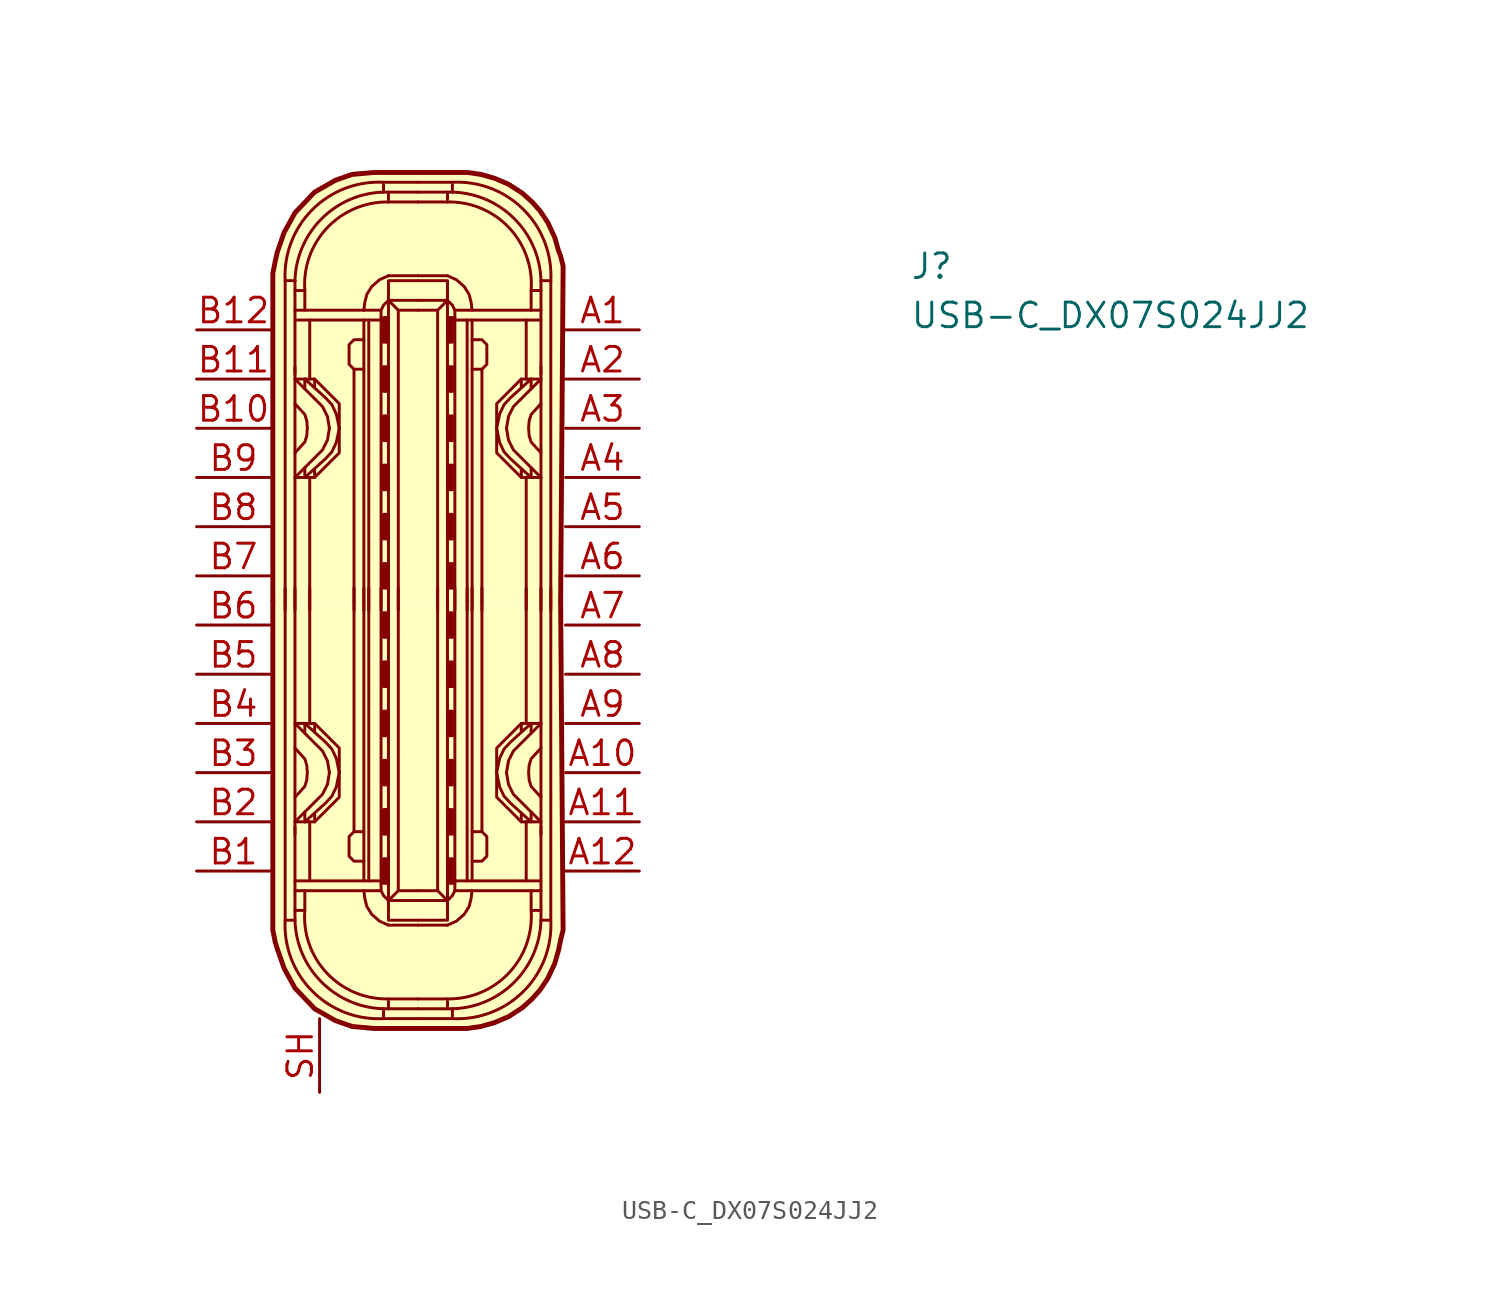
<source format=kicad_sym>
(kicad_symbol_lib
  (version 20211014)
  (generator kicad_symbol_editor)
  (symbol "antmicroUSBDVIHDMIConnectors:USB-C_DX07S024JJ2"
    (property "Reference" "J"
      (at 36.83 2.54 0)
      (effects (font (size 1.27 1.27) (thickness 0.15)) (justify left bottom)))
    (property "Value" "USB-C_DX07S024JJ2"
      (at 36.83 0 0)
      (effects (font (size 1.27 1.27) (thickness 0.15)) (justify left bottom)))
    (symbol "USB-C_DX07S024JJ2_1_1"
      (polyline (pts (xy 4.572 -14.478) (xy 4.572 -13.335)) (stroke (width 0) (type default) (color 0 0 0 0)) (fill (type none)))
      (polyline (pts (xy 5.08 -28.956) (xy 9.525 -28.956)) (stroke (width 0) (type default) (color 0 0 0 0)) (fill (type none)))
      (polyline (pts (xy 5.08 -26.035) (xy 5.08 -13.97)) (stroke (width 0) (type default) (color 0 0 0 0)) (fill (type none)))
      (polyline (pts (xy 5.08 -14.478) (xy 5.08 -13.335)) (stroke (width 0) (type default) (color 0 0 0 0)) (fill (type none)))
      (polyline (pts (xy 5.08 -1.905) (xy 5.08 -13.97)) (stroke (width 0) (type default) (color 0 0 0 0)) (fill (type none)))
      (polyline (pts (xy 5.08 1.016) (xy 9.525 1.016)) (stroke (width 0) (type default) (color 0 0 0 0)) (fill (type none)))
      (polyline (pts (xy 5.588 -25.4) (xy 5.588 -24.892)) (stroke (width 0) (type default) (color 0 0 0 0)) (fill (type none)))
      (polyline (pts (xy 5.588 -20.32) (xy 5.588 -20.828)) (stroke (width 0) (type default) (color 0 0 0 0)) (fill (type none)))
      (polyline (pts (xy 5.588 -7.62) (xy 5.588 -7.112)) (stroke (width 0) (type default) (color 0 0 0 0)) (fill (type none)))
      (polyline (pts (xy 5.588 -2.54) (xy 5.588 -3.048)) (stroke (width 0) (type default) (color 0 0 0 0)) (fill (type none)))
      (polyline (pts (xy 5.842 -28.448) (xy 5.842 -25.4)) (stroke (width 0) (type default) (color 0 0 0 0)) (fill (type none)))
      (polyline (pts (xy 5.842 -20.32) (xy 5.842 -13.97)) (stroke (width 0) (type default) (color 0 0 0 0)) (fill (type none)))
      (polyline (pts (xy 5.842 -14.478) (xy 5.842 -13.335)) (stroke (width 0) (type default) (color 0 0 0 0)) (fill (type none)))
      (polyline (pts (xy 5.842 -7.62) (xy 5.842 -13.97)) (stroke (width 0) (type default) (color 0 0 0 0)) (fill (type none)))
      (polyline (pts (xy 5.842 0.508) (xy 5.842 -2.54)) (stroke (width 0) (type default) (color 0 0 0 0)) (fill (type none)))
      (polyline (pts (xy 6.096 -25.4) (xy 6.096 -25.019)) (stroke (width 0) (type default) (color 0 0 0 0)) (fill (type none)))
      (polyline (pts (xy 6.096 -20.574) (xy 6.096 -20.701)) (stroke (width 0) (type default) (color 0 0 0 0)) (fill (type none)))
      (polyline (pts (xy 6.096 -20.32) (xy 6.096 -20.574)) (stroke (width 0) (type default) (color 0 0 0 0)) (fill (type none)))
      (polyline (pts (xy 6.096 -7.62) (xy 6.096 -7.366)) (stroke (width 0) (type default) (color 0 0 0 0)) (fill (type none)))
      (polyline (pts (xy 6.096 -7.366) (xy 6.096 -7.239)) (stroke (width 0) (type default) (color 0 0 0 0)) (fill (type none)))
      (polyline (pts (xy 6.096 -2.54) (xy 6.096 -2.921)) (stroke (width 0) (type default) (color 0 0 0 0)) (fill (type none)))
      (polyline (pts (xy 8.128 -14.478) (xy 8.128 -13.335)) (stroke (width 0) (type default) (color 0 0 0 0)) (fill (type none)))
      (polyline (pts (xy 8.128 -13.97) (xy 8.128 -25.908)) (stroke (width 0) (type default) (color 0 0 0 0)) (fill (type none)))
      (polyline (pts (xy 8.128 -13.97) (xy 8.128 -2.032)) (stroke (width 0) (type default) (color 0 0 0 0)) (fill (type none)))
      (polyline (pts (xy 8.636 -14.478) (xy 8.636 -13.335)) (stroke (width 0) (type default) (color 0 0 0 0)) (fill (type none)))
      (polyline (pts (xy 8.636 -13.97) (xy 8.636 -28.448)) (stroke (width 0) (type default) (color 0 0 0 0)) (fill (type none)))
      (polyline (pts (xy 8.636 -13.97) (xy 8.636 0.508)) (stroke (width 0) (type default) (color 0 0 0 0)) (fill (type none)))
      (polyline (pts (xy 8.89 -28.448) (xy 8.89 -13.97)) (stroke (width 0) (type default) (color 0 0 0 0)) (fill (type none)))
      (polyline (pts (xy 8.89 -14.478) (xy 8.89 -13.335)) (stroke (width 0) (type default) (color 0 0 0 0)) (fill (type none)))
      (polyline (pts (xy 8.89 0.508) (xy 8.89 -13.97)) (stroke (width 0) (type default) (color 0 0 0 0)) (fill (type none)))
      (polyline (pts (xy 9.525 -28.448) (xy 5.08 -28.448)) (stroke (width 0) (type default) (color 0 0 0 0)) (fill (type none)))
      (polyline (pts (xy 9.525 -14.478) (xy 9.525 -13.335)) (stroke (width 0) (type default) (color 0 0 0 0)) (fill (type none)))
      (polyline (pts (xy 9.525 -13.97) (xy 9.525 -28.575)) (stroke (width 0) (type default) (color 0 0 0 0)) (fill (type none)))
      (polyline (pts (xy 9.525 -13.97) (xy 9.525 0.635)) (stroke (width 0) (type default) (color 0 0 0 0)) (fill (type none)))
      (polyline (pts (xy 9.525 0.508) (xy 5.08 0.508)) (stroke (width 0) (type default) (color 0 0 0 0)) (fill (type none)))
      (polyline (pts (xy 9.652 -35.56) (xy 11.43 -35.56)) (stroke (width 0) (type default) (color 0 0 0 0)) (fill (type background)))
      (polyline (pts (xy 9.652 -35.052) (xy 9.652 -35.433)) (stroke (width 0) (type default) (color 0 0 0 0)) (fill (type none)))
      (polyline (pts (xy 9.652 -35.052) (xy 11.43 -35.052)) (stroke (width 0) (type default) (color 0 0 0 0)) (fill (type none)))
      (polyline (pts (xy 9.652 7.112) (xy 9.652 7.493)) (stroke (width 0) (type default) (color 0 0 0 0)) (fill (type none)))
      (polyline (pts (xy 9.652 7.112) (xy 11.43 7.112)) (stroke (width 0) (type default) (color 0 0 0 0)) (fill (type none)))
      (polyline (pts (xy 9.652 7.62) (xy 11.43 7.62)) (stroke (width 0) (type default) (color 0 0 0 0)) (fill (type background)))
      (polyline (pts (xy 9.906 -34.671) (xy 9.906 -35.052)) (stroke (width 0) (type default) (color 0 0 0 0)) (fill (type none)))
      (polyline (pts (xy 9.906 -34.544) (xy 11.43 -34.544)) (stroke (width 0) (type default) (color 0 0 0 0)) (fill (type none)))
      (polyline (pts (xy 9.906 -14.478) (xy 9.906 -13.335)) (stroke (width 0) (type default) (color 0 0 0 0)) (fill (type none)))
      (polyline (pts (xy 9.906 6.604) (xy 11.43 6.604)) (stroke (width 0) (type default) (color 0 0 0 0)) (fill (type none)))
      (polyline (pts (xy 9.906 6.731) (xy 9.906 7.112)) (stroke (width 0) (type default) (color 0 0 0 0)) (fill (type none)))
      (polyline (pts (xy 10.414 -28.956) (xy 9.906 -29.464)) (stroke (width 0) (type default) (color 0 0 0 0)) (fill (type none)))
      (polyline (pts (xy 10.414 -14.478) (xy 10.414 -13.335)) (stroke (width 0) (type default) (color 0 0 0 0)) (fill (type none)))
      (polyline (pts (xy 10.414 1.016) (xy 9.906 1.524)) (stroke (width 0) (type default) (color 0 0 0 0)) (fill (type none)))
      (polyline (pts (xy 11.43 -30.734) (xy 9.906 -30.734)) (stroke (width 0) (type default) (color 0 0 0 0)) (fill (type none)))
      (polyline (pts (xy 11.43 -30.734) (xy 12.954 -30.734)) (stroke (width 0) (type default) (color 0 0 0 0)) (fill (type none)))
      (polyline (pts (xy 11.43 2.794) (xy 9.906 2.794)) (stroke (width 0) (type default) (color 0 0 0 0)) (fill (type none)))
      (polyline (pts (xy 11.43 2.794) (xy 12.954 2.794)) (stroke (width 0) (type default) (color 0 0 0 0)) (fill (type none)))
      (polyline (pts (xy 12.446 -28.956) (xy 12.954 -29.464)) (stroke (width 0) (type default) (color 0 0 0 0)) (fill (type none)))
      (polyline (pts (xy 12.446 -14.478) (xy 12.446 -13.335)) (stroke (width 0) (type default) (color 0 0 0 0)) (fill (type none)))
      (polyline (pts (xy 12.446 1.016) (xy 12.954 1.524)) (stroke (width 0) (type default) (color 0 0 0 0)) (fill (type none)))
      (polyline (pts (xy 12.954 -34.671) (xy 12.954 -35.052)) (stroke (width 0) (type default) (color 0 0 0 0)) (fill (type none)))
      (polyline (pts (xy 12.954 -34.544) (xy 11.43 -34.544)) (stroke (width 0) (type default) (color 0 0 0 0)) (fill (type none)))
      (polyline (pts (xy 12.954 -14.478) (xy 12.954 -13.335)) (stroke (width 0) (type default) (color 0 0 0 0)) (fill (type none)))
      (polyline (pts (xy 12.954 6.604) (xy 11.43 6.604)) (stroke (width 0) (type default) (color 0 0 0 0)) (fill (type none)))
      (polyline (pts (xy 12.954 6.731) (xy 12.954 7.112)) (stroke (width 0) (type default) (color 0 0 0 0)) (fill (type none)))
      (polyline (pts (xy 13.208 -35.56) (xy 11.43 -35.56)) (stroke (width 0) (type default) (color 0 0 0 0)) (fill (type background)))
      (polyline (pts (xy 13.208 -35.052) (xy 11.43 -35.052)) (stroke (width 0) (type default) (color 0 0 0 0)) (fill (type none)))
      (polyline (pts (xy 13.208 -35.052) (xy 13.208 -35.433)) (stroke (width 0) (type default) (color 0 0 0 0)) (fill (type none)))
      (polyline (pts (xy 13.208 7.112) (xy 11.43 7.112)) (stroke (width 0) (type default) (color 0 0 0 0)) (fill (type none)))
      (polyline (pts (xy 13.208 7.112) (xy 13.208 7.493)) (stroke (width 0) (type default) (color 0 0 0 0)) (fill (type none)))
      (polyline (pts (xy 13.208 7.62) (xy 11.43 7.62)) (stroke (width 0) (type default) (color 0 0 0 0)) (fill (type background)))
      (polyline (pts (xy 13.335 -28.448) (xy 17.78 -28.448)) (stroke (width 0) (type default) (color 0 0 0 0)) (fill (type none)))
      (polyline (pts (xy 13.335 -14.478) (xy 13.335 -13.335)) (stroke (width 0) (type default) (color 0 0 0 0)) (fill (type none)))
      (polyline (pts (xy 13.335 -13.97) (xy 13.335 -28.575)) (stroke (width 0) (type default) (color 0 0 0 0)) (fill (type none)))
      (polyline (pts (xy 13.335 -13.97) (xy 13.335 0.635)) (stroke (width 0) (type default) (color 0 0 0 0)) (fill (type none)))
      (polyline (pts (xy 13.335 0.508) (xy 17.78 0.508)) (stroke (width 0) (type default) (color 0 0 0 0)) (fill (type none)))
      (polyline (pts (xy 13.97 -28.448) (xy 13.97 -13.97)) (stroke (width 0) (type default) (color 0 0 0 0)) (fill (type none)))
      (polyline (pts (xy 13.97 -14.478) (xy 13.97 -13.335)) (stroke (width 0) (type default) (color 0 0 0 0)) (fill (type none)))
      (polyline (pts (xy 13.97 0.508) (xy 13.97 -13.97)) (stroke (width 0) (type default) (color 0 0 0 0)) (fill (type none)))
      (polyline (pts (xy 14.224 -14.478) (xy 14.224 -13.335)) (stroke (width 0) (type default) (color 0 0 0 0)) (fill (type none)))
      (polyline (pts (xy 14.224 -13.97) (xy 14.224 -28.448)) (stroke (width 0) (type default) (color 0 0 0 0)) (fill (type none)))
      (polyline (pts (xy 14.224 -13.97) (xy 14.224 0.508)) (stroke (width 0) (type default) (color 0 0 0 0)) (fill (type none)))
      (polyline (pts (xy 14.732 -14.478) (xy 14.732 -13.335)) (stroke (width 0) (type default) (color 0 0 0 0)) (fill (type none)))
      (polyline (pts (xy 14.732 -13.97) (xy 14.732 -25.908)) (stroke (width 0) (type default) (color 0 0 0 0)) (fill (type none)))
      (polyline (pts (xy 14.732 -13.97) (xy 14.732 -2.032)) (stroke (width 0) (type default) (color 0 0 0 0)) (fill (type none)))
      (polyline (pts (xy 16.764 -25.4) (xy 16.764 -25.019)) (stroke (width 0) (type default) (color 0 0 0 0)) (fill (type none)))
      (polyline (pts (xy 16.764 -20.574) (xy 16.764 -20.701)) (stroke (width 0) (type default) (color 0 0 0 0)) (fill (type none)))
      (polyline (pts (xy 16.764 -20.32) (xy 16.764 -20.574)) (stroke (width 0) (type default) (color 0 0 0 0)) (fill (type none)))
      (polyline (pts (xy 16.764 -7.62) (xy 16.764 -7.366)) (stroke (width 0) (type default) (color 0 0 0 0)) (fill (type none)))
      (polyline (pts (xy 16.764 -7.366) (xy 16.764 -7.239)) (stroke (width 0) (type default) (color 0 0 0 0)) (fill (type none)))
      (polyline (pts (xy 16.764 -2.54) (xy 16.764 -2.921)) (stroke (width 0) (type default) (color 0 0 0 0)) (fill (type none)))
      (polyline (pts (xy 17.018 -28.448) (xy 17.018 -25.4)) (stroke (width 0) (type default) (color 0 0 0 0)) (fill (type none)))
      (polyline (pts (xy 17.018 -20.32) (xy 17.018 -13.97)) (stroke (width 0) (type default) (color 0 0 0 0)) (fill (type none)))
      (polyline (pts (xy 17.018 -14.478) (xy 17.018 -13.335)) (stroke (width 0) (type default) (color 0 0 0 0)) (fill (type none)))
      (polyline (pts (xy 17.018 -7.62) (xy 17.018 -13.97)) (stroke (width 0) (type default) (color 0 0 0 0)) (fill (type none)))
      (polyline (pts (xy 17.018 0.508) (xy 17.018 -2.54)) (stroke (width 0) (type default) (color 0 0 0 0)) (fill (type none)))
      (polyline (pts (xy 17.272 -25.4) (xy 17.272 -24.892)) (stroke (width 0) (type default) (color 0 0 0 0)) (fill (type none)))
      (polyline (pts (xy 17.272 -20.32) (xy 17.272 -20.828)) (stroke (width 0) (type default) (color 0 0 0 0)) (fill (type none)))
      (polyline (pts (xy 17.272 -7.62) (xy 17.272 -7.112)) (stroke (width 0) (type default) (color 0 0 0 0)) (fill (type none)))
      (polyline (pts (xy 17.272 -2.54) (xy 17.272 -3.048)) (stroke (width 0) (type default) (color 0 0 0 0)) (fill (type none)))
      (polyline (pts (xy 17.78 -28.956) (xy 13.335 -28.956)) (stroke (width 0) (type default) (color 0 0 0 0)) (fill (type none)))
      (polyline (pts (xy 17.78 -26.035) (xy 17.78 -13.97)) (stroke (width 0) (type default) (color 0 0 0 0)) (fill (type none)))
      (polyline (pts (xy 17.78 -14.478) (xy 17.78 -13.335)) (stroke (width 0) (type default) (color 0 0 0 0)) (fill (type none)))
      (polyline (pts (xy 17.78 -1.905) (xy 17.78 -13.97)) (stroke (width 0) (type default) (color 0 0 0 0)) (fill (type none)))
      (polyline (pts (xy 17.78 1.016) (xy 13.335 1.016)) (stroke (width 0) (type default) (color 0 0 0 0)) (fill (type none)))
      (polyline (pts (xy 18.288 -14.478) (xy 18.288 -13.335)) (stroke (width 0) (type default) (color 0 0 0 0)) (fill (type none)))
      (polyline (pts (xy 18.796 -14.478) (xy 18.796 -13.335)) (stroke (width 0) (type default) (color 0 0 0 0)) (fill (type none)))
      (polyline (pts (xy 5.08 -30.48) (xy 4.572 -30.48) (xy 4.572 -13.97)) (stroke (width 0) (type default) (color 0 0 0 0)) (fill (type none)))
      (polyline (pts (xy 5.08 -25.654) (xy 5.08 -29.845) (xy 5.08 -30.48)) (stroke (width 0) (type default) (color 0 0 0 0)) (fill (type none)))
      (polyline (pts (xy 5.08 -2.286) (xy 5.08 1.905) (xy 5.08 2.54)) (stroke (width 0) (type default) (color 0 0 0 0)) (fill (type none)))
      (polyline (pts (xy 5.08 2.54) (xy 4.572 2.54) (xy 4.572 -13.97)) (stroke (width 0) (type default) (color 0 0 0 0)) (fill (type none)))
      (polyline (pts (xy 5.588 -28.956) (xy 5.588 -29.972) (xy 5.08 -29.972)) (stroke (width 0) (type default) (color 0 0 0 0)) (fill (type none)))
      (polyline (pts (xy 5.588 1.016) (xy 5.588 2.032) (xy 5.08 2.032)) (stroke (width 0) (type default) (color 0 0 0 0)) (fill (type none)))
      (polyline (pts (xy 9.906 -13.97) (xy 9.906 -29.464) (xy 11.43 -29.464)) (stroke (width 0) (type default) (color 0 0 0 0)) (fill (type none)))
      (polyline (pts (xy 9.906 -13.97) (xy 9.906 1.524) (xy 11.43 1.524)) (stroke (width 0) (type default) (color 0 0 0 0)) (fill (type none)))
      (polyline (pts (xy 10.414 -13.97) (xy 10.414 -28.956) (xy 11.43 -28.956)) (stroke (width 0) (type default) (color 0 0 0 0)) (fill (type none)))
      (polyline (pts (xy 10.414 -13.97) (xy 10.414 1.016) (xy 11.43 1.016)) (stroke (width 0) (type default) (color 0 0 0 0)) (fill (type none)))
      (polyline (pts (xy 12.446 -13.97) (xy 12.446 -28.956) (xy 11.43 -28.956)) (stroke (width 0) (type default) (color 0 0 0 0)) (fill (type none)))
      (polyline (pts (xy 12.446 -13.97) (xy 12.446 1.016) (xy 11.43 1.016)) (stroke (width 0) (type default) (color 0 0 0 0)) (fill (type none)))
      (polyline (pts (xy 12.954 -13.97) (xy 12.954 -29.464) (xy 11.43 -29.464)) (stroke (width 0) (type default) (color 0 0 0 0)) (fill (type none)))
      (polyline (pts (xy 12.954 -13.97) (xy 12.954 1.524) (xy 11.43 1.524)) (stroke (width 0) (type default) (color 0 0 0 0)) (fill (type none)))
      (polyline (pts (xy 17.272 -28.956) (xy 17.272 -29.972) (xy 17.78 -29.972)) (stroke (width 0) (type default) (color 0 0 0 0)) (fill (type none)))
      (polyline (pts (xy 17.272 1.016) (xy 17.272 2.032) (xy 17.78 2.032)) (stroke (width 0) (type default) (color 0 0 0 0)) (fill (type none)))
      (polyline (pts (xy 17.78 -30.48) (xy 18.288 -30.48) (xy 18.288 -13.97)) (stroke (width 0) (type default) (color 0 0 0 0)) (fill (type none)))
      (polyline (pts (xy 17.78 -25.654) (xy 17.78 -29.845) (xy 17.78 -30.48)) (stroke (width 0) (type default) (color 0 0 0 0)) (fill (type none)))
      (polyline (pts (xy 17.78 -2.286) (xy 17.78 1.905) (xy 17.78 2.54)) (stroke (width 0) (type default) (color 0 0 0 0)) (fill (type none)))
      (polyline (pts (xy 17.78 2.54) (xy 18.288 2.54) (xy 18.288 -13.97)) (stroke (width 0) (type default) (color 0 0 0 0)) (fill (type none)))
      (polyline (pts (xy 5.08 -25.4) (xy 6.502 -23.978) (xy 6.756 -23.47) (xy 6.858 -22.86)) (stroke (width 0) (type default) (color 0 0 0 0)) (fill (type none)))
      (polyline (pts (xy 5.08 -24.13) (xy 5.588 -23.571) (xy 5.69 -23.241) (xy 5.715 -22.885)) (stroke (width 0) (type default) (color 0 0 0 0)) (fill (type none)))
      (polyline (pts (xy 5.08 -21.59) (xy 5.588 -22.149) (xy 5.69 -22.479) (xy 5.715 -22.835)) (stroke (width 0) (type default) (color 0 0 0 0)) (fill (type none)))
      (polyline (pts (xy 5.08 -20.32) (xy 6.502 -21.742) (xy 6.756 -22.25) (xy 6.858 -22.86)) (stroke (width 0) (type default) (color 0 0 0 0)) (fill (type none)))
      (polyline (pts (xy 5.08 -7.62) (xy 6.502 -6.198) (xy 6.756 -5.69) (xy 6.858 -5.08)) (stroke (width 0) (type default) (color 0 0 0 0)) (fill (type none)))
      (polyline (pts (xy 5.08 -6.35) (xy 5.588 -5.791) (xy 5.69 -5.461) (xy 5.715 -5.105)) (stroke (width 0) (type default) (color 0 0 0 0)) (fill (type none)))
      (polyline (pts (xy 5.08 -3.81) (xy 5.588 -4.369) (xy 5.69 -4.699) (xy 5.715 -5.055)) (stroke (width 0) (type default) (color 0 0 0 0)) (fill (type none)))
      (polyline (pts (xy 5.08 -2.54) (xy 6.502 -3.962) (xy 6.756 -4.47) (xy 6.858 -5.08)) (stroke (width 0) (type default) (color 0 0 0 0)) (fill (type none)))
      (polyline (pts (xy 9.525 -28.575) (xy 9.525 -28.956) (xy 9.652 -29.21) (xy 9.906 -29.464)) (stroke (width 0) (type default) (color 0 0 0 0)) (fill (type none)))
      (polyline (pts (xy 9.525 0.635) (xy 9.525 1.016) (xy 9.652 1.27) (xy 9.906 1.524)) (stroke (width 0) (type default) (color 0 0 0 0)) (fill (type none)))
      (polyline (pts (xy 11.43 -30.48) (xy 10.033 -30.48) (xy 9.906 -30.48) (xy 9.906 -29.464)) (stroke (width 0) (type default) (color 0 0 0 0)) (fill (type none)))
      (polyline (pts (xy 11.43 -30.48) (xy 12.827 -30.48) (xy 12.954 -30.48) (xy 12.954 -29.464)) (stroke (width 0) (type default) (color 0 0 0 0)) (fill (type none)))
      (polyline (pts (xy 11.43 2.54) (xy 10.033 2.54) (xy 9.906 2.54) (xy 9.906 1.524)) (stroke (width 0) (type default) (color 0 0 0 0)) (fill (type none)))
      (polyline (pts (xy 11.43 2.54) (xy 12.827 2.54) (xy 12.954 2.54) (xy 12.954 1.524)) (stroke (width 0) (type default) (color 0 0 0 0)) (fill (type none)))
      (polyline (pts (xy 13.335 -28.575) (xy 13.335 -28.956) (xy 13.208 -29.21) (xy 12.954 -29.464)) (stroke (width 0) (type default) (color 0 0 0 0)) (fill (type none)))
      (polyline (pts (xy 13.335 0.635) (xy 13.335 1.016) (xy 13.208 1.27) (xy 12.954 1.524)) (stroke (width 0) (type default) (color 0 0 0 0)) (fill (type none)))
      (polyline (pts (xy 17.78 -25.4) (xy 16.358 -23.978) (xy 16.104 -23.47) (xy 16.002 -22.86)) (stroke (width 0) (type default) (color 0 0 0 0)) (fill (type none)))
      (polyline (pts (xy 17.78 -24.13) (xy 17.272 -23.571) (xy 17.17 -23.241) (xy 17.145 -22.885)) (stroke (width 0) (type default) (color 0 0 0 0)) (fill (type none)))
      (polyline (pts (xy 17.78 -21.59) (xy 17.272 -22.149) (xy 17.17 -22.479) (xy 17.145 -22.835)) (stroke (width 0) (type default) (color 0 0 0 0)) (fill (type none)))
      (polyline (pts (xy 17.78 -20.32) (xy 16.358 -21.742) (xy 16.104 -22.25) (xy 16.002 -22.86)) (stroke (width 0) (type default) (color 0 0 0 0)) (fill (type none)))
      (polyline (pts (xy 17.78 -7.62) (xy 16.358 -6.198) (xy 16.104 -5.69) (xy 16.002 -5.08)) (stroke (width 0) (type default) (color 0 0 0 0)) (fill (type none)))
      (polyline (pts (xy 17.78 -6.35) (xy 17.272 -5.791) (xy 17.17 -5.461) (xy 17.145 -5.105)) (stroke (width 0) (type default) (color 0 0 0 0)) (fill (type none)))
      (polyline (pts (xy 17.78 -3.81) (xy 17.272 -4.369) (xy 17.17 -4.699) (xy 17.145 -5.055)) (stroke (width 0) (type default) (color 0 0 0 0)) (fill (type none)))
      (polyline (pts (xy 17.78 -2.54) (xy 16.358 -3.962) (xy 16.104 -4.47) (xy 16.002 -5.08)) (stroke (width 0) (type default) (color 0 0 0 0)) (fill (type none)))
      (polyline (pts (xy 5.588 -25.4) (xy 6.655 -24.435) (xy 6.985 -24.079) (xy 7.214 -23.597) (xy 7.366 -22.86)) (stroke (width 0) (type default) (color 0 0 0 0)) (fill (type none)))
      (polyline (pts (xy 5.588 -20.32) (xy 6.655 -21.285) (xy 6.985 -21.641) (xy 7.214 -22.123) (xy 7.366 -22.86)) (stroke (width 0) (type default) (color 0 0 0 0)) (fill (type none)))
      (polyline (pts (xy 5.588 -7.62) (xy 6.655 -6.655) (xy 6.985 -6.299) (xy 7.214 -5.817) (xy 7.366 -5.08)) (stroke (width 0) (type default) (color 0 0 0 0)) (fill (type none)))
      (polyline (pts (xy 5.588 -2.54) (xy 6.655 -3.505) (xy 6.985 -3.861) (xy 7.214 -4.343) (xy 7.366 -5.08)) (stroke (width 0) (type default) (color 0 0 0 0)) (fill (type none)))
      (polyline (pts (xy 17.272 -25.4) (xy 16.205 -24.435) (xy 15.875 -24.079) (xy 15.646 -23.597) (xy 15.494 -22.86)) (stroke (width 0) (type default) (color 0 0 0 0)) (fill (type none)))
      (polyline (pts (xy 17.272 -20.32) (xy 16.205 -21.285) (xy 15.875 -21.641) (xy 15.646 -22.123) (xy 15.494 -22.86)) (stroke (width 0) (type default) (color 0 0 0 0)) (fill (type none)))
      (polyline (pts (xy 17.272 -7.62) (xy 16.205 -6.655) (xy 15.875 -6.299) (xy 15.646 -5.817) (xy 15.494 -5.08)) (stroke (width 0) (type default) (color 0 0 0 0)) (fill (type none)))
      (polyline (pts (xy 17.272 -2.54) (xy 16.205 -3.505) (xy 15.875 -3.861) (xy 15.646 -4.343) (xy 15.494 -5.08)) (stroke (width 0) (type default) (color 0 0 0 0)) (fill (type none)))
      (polyline (pts (xy 5.08 -25.4) (xy 6.096 -25.4) (xy 7.366 -24.13) (xy 7.366 -21.59) (xy 6.096 -20.32) (xy 5.08 -20.32)) (stroke (width 0) (type default) (color 0 0 0 0)) (fill (type none)))
      (polyline (pts (xy 5.08 -2.54) (xy 6.096 -2.54) (xy 7.366 -3.81) (xy 7.366 -6.35) (xy 6.096 -7.62) (xy 5.08 -7.62)) (stroke (width 0) (type default) (color 0 0 0 0)) (fill (type none)))
      (polyline (pts (xy 8.636 -28.956) (xy 8.687 -29.362) (xy 8.788 -29.769) (xy 9.042 -30.175) (xy 9.449 -30.531) (xy 9.906 -30.734)) (stroke (width 0) (type default) (color 0 0 0 0)) (fill (type none)))
      (polyline (pts (xy 8.636 -27.432) (xy 8.128 -27.432) (xy 7.874 -27.178) (xy 7.874 -26.162) (xy 8.128 -25.908) (xy 8.636 -25.908)) (stroke (width 0) (type default) (color 0 0 0 0)) (fill (type none)))
      (polyline (pts (xy 8.636 -0.508) (xy 8.128 -0.508) (xy 7.874 -0.762) (xy 7.874 -1.778) (xy 8.128 -2.032) (xy 8.636 -2.032)) (stroke (width 0) (type default) (color 0 0 0 0)) (fill (type none)))
      (polyline (pts (xy 8.636 1.016) (xy 8.687 1.422) (xy 8.788 1.829) (xy 9.042 2.235) (xy 9.449 2.591) (xy 9.906 2.794)) (stroke (width 0) (type default) (color 0 0 0 0)) (fill (type none)))
      (polyline (pts (xy 14.224 -28.956) (xy 14.173 -29.362) (xy 14.072 -29.769) (xy 13.818 -30.175) (xy 13.411 -30.531) (xy 12.954 -30.734)) (stroke (width 0) (type default) (color 0 0 0 0)) (fill (type none)))
      (polyline (pts (xy 14.224 -27.432) (xy 14.732 -27.432) (xy 14.986 -27.178) (xy 14.986 -26.162) (xy 14.732 -25.908) (xy 14.224 -25.908)) (stroke (width 0) (type default) (color 0 0 0 0)) (fill (type none)))
      (polyline (pts (xy 14.224 -0.508) (xy 14.732 -0.508) (xy 14.986 -0.762) (xy 14.986 -1.778) (xy 14.732 -2.032) (xy 14.224 -2.032)) (stroke (width 0) (type default) (color 0 0 0 0)) (fill (type none)))
      (polyline (pts (xy 14.224 1.016) (xy 14.173 1.422) (xy 14.072 1.829) (xy 13.818 2.235) (xy 13.411 2.591) (xy 12.954 2.794)) (stroke (width 0) (type default) (color 0 0 0 0)) (fill (type none)))
      (polyline (pts (xy 17.78 -25.4) (xy 16.764 -25.4) (xy 15.494 -24.13) (xy 15.494 -21.59) (xy 16.764 -20.32) (xy 17.78 -20.32)) (stroke (width 0) (type default) (color 0 0 0 0)) (fill (type none)))
      (polyline (pts (xy 17.78 -2.54) (xy 16.764 -2.54) (xy 15.494 -3.81) (xy 15.494 -6.35) (xy 16.764 -7.62) (xy 17.78 -7.62)) (stroke (width 0) (type default) (color 0 0 0 0)) (fill (type none)))
      (polyline (pts (xy 18.796 -13.97) (xy 18.923 -30.988) (xy 18.923 -30.988) (xy 18.796 -31.496) (xy 18.694 -32.004) (xy 18.491 -32.715) (xy 18.136 -33.477) (xy 17.729 -34.087) (xy 17.323 -34.544) (xy 16.815 -35.001) (xy 16.104 -35.458) (xy 15.392 -35.763) (xy 14.681 -35.966) (xy 13.97 -36.068) (xy 9.144 -36.068) (xy 8.026 -35.966) (xy 7.163 -35.662) (xy 6.096 -35.052) (xy 5.08 -33.985) (xy 4.521 -32.969) (xy 4.166 -31.953) (xy 4.064 -31.623) (xy 3.937 -30.988) (xy 3.937 -13.97)) (stroke (width 0.254) (type default) (color 0 0 0 0)) (fill (type background)))
      (polyline (pts (xy 18.796 -13.97) (xy 18.923 3.048) (xy 18.923 3.302) (xy 18.796 3.81) (xy 18.694 4.064) (xy 18.491 4.775) (xy 18.136 5.537) (xy 17.729 6.147) (xy 17.323 6.604) (xy 16.815 7.061) (xy 16.104 7.518) (xy 15.392 7.823) (xy 14.681 8.026) (xy 13.97 8.128) (xy 9.144 8.128) (xy 8.026 8.026) (xy 7.163 7.722) (xy 6.096 7.112) (xy 5.08 6.045) (xy 4.521 5.029) (xy 4.166 4.013) (xy 4.064 3.556) (xy 3.937 2.921) (xy 3.937 -13.97)) (stroke (width 0.254) (type default) (color 0 0 0 0)) (fill (type background)))
      (arc (start 4.572 -30.48) (mid 5.9808 -34.1512) (end 9.652 -35.56) (stroke (width 0) (type default) (color 0 0 0 0)) (fill (type none)))
      (arc (start 5.08 -30.48) (mid 6.4551 -33.6769) (end 9.652 -35.052) (stroke (width 0) (type default) (color 0 0 0 0)) (fill (type none)))
      (arc (start 5.588 -29.972) (mid 6.7309 -33.2176) (end 9.906 -34.544) (stroke (width 0) (type default) (color 0 0 0 0)) (fill (type none)))
      (rectangle (start 9.652 -28.575) (end 9.906 -27.305) (stroke (width 0) (type default) (color 0 0 0 0)) (fill (type outline)))
      (rectangle (start 9.652 -26.035) (end 9.906 -24.765) (stroke (width 0) (type default) (color 0 0 0 0)) (fill (type outline)))
      (rectangle (start 9.652 -23.495) (end 9.906 -22.225) (stroke (width 0) (type default) (color 0 0 0 0)) (fill (type outline)))
      (rectangle (start 9.652 -20.955) (end 9.906 -19.685) (stroke (width 0) (type default) (color 0 0 0 0)) (fill (type outline)))
      (rectangle (start 9.652 -18.415) (end 9.906 -17.145) (stroke (width 0) (type default) (color 0 0 0 0)) (fill (type outline)))
      (rectangle (start 9.652 -15.875) (end 9.906 -14.605) (stroke (width 0) (type default) (color 0 0 0 0)) (fill (type outline)))
      (rectangle (start 9.652 -12.065) (end 9.906 -13.335) (stroke (width 0) (type default) (color 0 0 0 0)) (fill (type outline)))
      (rectangle (start 9.652 -9.525) (end 9.906 -10.795) (stroke (width 0) (type default) (color 0 0 0 0)) (fill (type outline)))
      (rectangle (start 9.652 -6.985) (end 9.906 -8.255) (stroke (width 0) (type default) (color 0 0 0 0)) (fill (type outline)))
      (rectangle (start 9.652 -4.445) (end 9.906 -5.715) (stroke (width 0) (type default) (color 0 0 0 0)) (fill (type outline)))
      (rectangle (start 9.652 -1.905) (end 9.906 -3.175) (stroke (width 0) (type default) (color 0 0 0 0)) (fill (type outline)))
      (rectangle (start 9.652 0.635) (end 9.906 -0.635) (stroke (width 0) (type default) (color 0 0 0 0)) (fill (type outline)))
      (arc (start 9.652 7.112) (mid 6.4551 5.7369) (end 5.08 2.54) (stroke (width 0) (type default) (color 0 0 0 0)) (fill (type none)))
      (arc (start 9.652 7.62) (mid 5.9808 6.2112) (end 4.572 2.54) (stroke (width 0) (type default) (color 0 0 0 0)) (fill (type none)))
      (arc (start 9.906 6.604) (mid 6.7399 5.2691) (end 5.588 2.032) (stroke (width 0) (type default) (color 0 0 0 0)) (fill (type none)))
      (arc (start 12.954 -34.544) (mid 16.1201 -33.2091) (end 17.272 -29.972) (stroke (width 0) (type default) (color 0 0 0 0)) (fill (type none)))
      (arc (start 13.208 -35.56) (mid 16.8792 -34.1512) (end 18.288 -30.48) (stroke (width 0) (type default) (color 0 0 0 0)) (fill (type none)))
      (arc (start 13.208 -35.052) (mid 16.4049 -33.6769) (end 17.78 -30.48) (stroke (width 0) (type default) (color 0 0 0 0)) (fill (type none)))
      (rectangle (start 13.208 -28.575) (end 12.954 -27.305) (stroke (width 0) (type default) (color 0 0 0 0)) (fill (type outline)))
      (rectangle (start 13.208 -26.035) (end 12.954 -24.765) (stroke (width 0) (type default) (color 0 0 0 0)) (fill (type outline)))
      (rectangle (start 13.208 -23.495) (end 12.954 -22.225) (stroke (width 0) (type default) (color 0 0 0 0)) (fill (type outline)))
      (rectangle (start 13.208 -20.955) (end 12.954 -19.685) (stroke (width 0) (type default) (color 0 0 0 0)) (fill (type outline)))
      (rectangle (start 13.208 -18.415) (end 12.954 -17.145) (stroke (width 0) (type default) (color 0 0 0 0)) (fill (type outline)))
      (rectangle (start 13.208 -15.875) (end 12.954 -14.605) (stroke (width 0) (type default) (color 0 0 0 0)) (fill (type outline)))
      (rectangle (start 13.208 -12.065) (end 12.954 -13.335) (stroke (width 0) (type default) (color 0 0 0 0)) (fill (type outline)))
      (rectangle (start 13.208 -9.525) (end 12.954 -10.795) (stroke (width 0) (type default) (color 0 0 0 0)) (fill (type outline)))
      (rectangle (start 13.208 -6.985) (end 12.954 -8.255) (stroke (width 0) (type default) (color 0 0 0 0)) (fill (type outline)))
      (rectangle (start 13.208 -4.445) (end 12.954 -5.715) (stroke (width 0) (type default) (color 0 0 0 0)) (fill (type outline)))
      (rectangle (start 13.208 -1.905) (end 12.954 -3.175) (stroke (width 0) (type default) (color 0 0 0 0)) (fill (type outline)))
      (rectangle (start 13.208 0.635) (end 12.954 -0.635) (stroke (width 0) (type default) (color 0 0 0 0)) (fill (type outline)))
      (arc (start 17.272 2.032) (mid 16.1291 5.2776) (end 12.954 6.604) (stroke (width 0) (type default) (color 0 0 0 0)) (fill (type none)))
      (arc (start 17.78 2.54) (mid 16.4049 5.7369) (end 13.208 7.112) (stroke (width 0) (type default) (color 0 0 0 0)) (fill (type none)))
      (arc (start 18.288 2.54) (mid 16.8792 6.2112) (end 13.208 7.62) (stroke (width 0) (type default) (color 0 0 0 0)) (fill (type none)))
      (pin passive line (at 22.86 0 180) (length 3.81) (name "~" (effects (font (size 1.27 1.27)))) (number "A1" (effects (font (size 1.27 1.27)))))
      (pin passive line (at 22.86 -22.86 180) (length 3.81) (name "~" (effects (font (size 1.27 1.27)))) (number "A10" (effects (font (size 1.27 1.27)))))
      (pin passive line (at 22.86 -25.4 180) (length 3.81) (name "~" (effects (font (size 1.27 1.27)))) (number "A11" (effects (font (size 1.27 1.27)))))
      (pin passive line (at 22.86 -27.94 180) (length 3.81) (name "~" (effects (font (size 1.27 1.27)))) (number "A12" (effects (font (size 1.27 1.27)))))
      (pin passive line (at 22.86 -2.54 180) (length 3.81) (name "~" (effects (font (size 1.27 1.27)))) (number "A2" (effects (font (size 1.27 1.27)))))
      (pin passive line (at 22.86 -5.08 180) (length 3.81) (name "~" (effects (font (size 1.27 1.27)))) (number "A3" (effects (font (size 1.27 1.27)))))
      (pin passive line (at 22.86 -7.62 180) (length 3.81) (name "~" (effects (font (size 1.27 1.27)))) (number "A4" (effects (font (size 1.27 1.27)))))
      (pin passive line (at 22.86 -10.16 180) (length 3.81) (name "~" (effects (font (size 1.27 1.27)))) (number "A5" (effects (font (size 1.27 1.27)))))
      (pin passive line (at 22.86 -12.7 180) (length 3.81) (name "~" (effects (font (size 1.27 1.27)))) (number "A6" (effects (font (size 1.27 1.27)))))
      (pin passive line (at 22.86 -15.24 180) (length 3.81) (name "~" (effects (font (size 1.27 1.27)))) (number "A7" (effects (font (size 1.27 1.27)))))
      (pin passive line (at 22.86 -17.78 180) (length 3.81) (name "~" (effects (font (size 1.27 1.27)))) (number "A8" (effects (font (size 1.27 1.27)))))
      (pin passive line (at 22.86 -20.32 180) (length 3.81) (name "~" (effects (font (size 1.27 1.27)))) (number "A9" (effects (font (size 1.27 1.27)))))
      (pin passive line (at 0 -27.94 0) (length 3.81) (name "~" (effects (font (size 1.27 1.27)))) (number "B1" (effects (font (size 1.27 1.27)))))
      (pin passive line (at 0 -5.08 0) (length 3.81) (name "~" (effects (font (size 1.27 1.27)))) (number "B10" (effects (font (size 1.27 1.27)))))
      (pin passive line (at 0 -2.54 0) (length 3.81) (name "~" (effects (font (size 1.27 1.27)))) (number "B11" (effects (font (size 1.27 1.27)))))
      (pin passive line (at 0 0 0) (length 3.81) (name "~" (effects (font (size 1.27 1.27)))) (number "B12" (effects (font (size 1.27 1.27)))))
      (pin passive line (at 0 -25.4 0) (length 3.81) (name "~" (effects (font (size 1.27 1.27)))) (number "B2" (effects (font (size 1.27 1.27)))))
      (pin passive line (at 0 -22.86 0) (length 3.81) (name "~" (effects (font (size 1.27 1.27)))) (number "B3" (effects (font (size 1.27 1.27)))))
      (pin passive line (at 0 -20.32 0) (length 3.81) (name "~" (effects (font (size 1.27 1.27)))) (number "B4" (effects (font (size 1.27 1.27)))))
      (pin passive line (at 0 -17.78 0) (length 3.81) (name "~" (effects (font (size 1.27 1.27)))) (number "B5" (effects (font (size 1.27 1.27)))))
      (pin passive line (at 0 -15.24 0) (length 3.81) (name "~" (effects (font (size 1.27 1.27)))) (number "B6" (effects (font (size 1.27 1.27)))))
      (pin passive line (at 0 -12.7 0) (length 3.81) (name "~" (effects (font (size 1.27 1.27)))) (number "B7" (effects (font (size 1.27 1.27)))))
      (pin passive line (at 0 -10.16 0) (length 3.81) (name "~" (effects (font (size 1.27 1.27)))) (number "B8" (effects (font (size 1.27 1.27)))))
      (pin passive line (at 0 -7.62 0) (length 3.81) (name "~" (effects (font (size 1.27 1.27)))) (number "B9" (effects (font (size 1.27 1.27)))))
      (pin input line (at 6.35 -39.37 90) (length 3.81) (name "~" (effects (font (size 1.27 1.27)))) (number "SH" (effects (font (size 1.27 1.27))))))))
</source>
